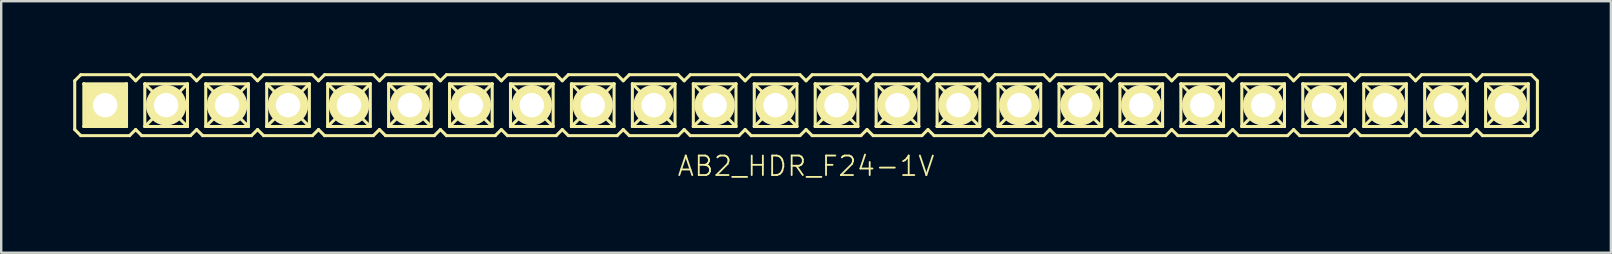
<source format=kicad_pcb>
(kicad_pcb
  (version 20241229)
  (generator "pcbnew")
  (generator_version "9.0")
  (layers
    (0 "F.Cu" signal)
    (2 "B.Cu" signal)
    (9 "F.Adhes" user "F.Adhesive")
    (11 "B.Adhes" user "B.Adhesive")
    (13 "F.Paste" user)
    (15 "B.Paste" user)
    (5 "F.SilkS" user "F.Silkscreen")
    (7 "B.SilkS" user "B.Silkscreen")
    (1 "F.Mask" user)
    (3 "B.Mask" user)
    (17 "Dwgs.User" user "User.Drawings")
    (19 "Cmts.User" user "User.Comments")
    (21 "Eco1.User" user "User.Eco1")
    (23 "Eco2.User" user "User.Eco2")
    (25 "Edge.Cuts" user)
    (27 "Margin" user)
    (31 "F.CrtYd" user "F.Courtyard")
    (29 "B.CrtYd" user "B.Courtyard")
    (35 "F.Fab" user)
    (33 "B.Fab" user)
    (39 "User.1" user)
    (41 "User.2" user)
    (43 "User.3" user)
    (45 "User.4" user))
  (footprint "AB2_HDR_F24-1V"
    (layer "F.Cu")
    (at 30.544 1.333)
    (property "Reference" "AB2_HDR_F24-1V" (at 0 2.54 0) (layer "F.SilkS") (effects (font (size 0.813 0.813) (thickness 0.076))))
    (attr through_hole)
    (fp_line (start -30.48 -1.016) (end -30.226 -1.27) (stroke (width 0.127) (type solid)) (layer "F.SilkS"))
    (fp_line (start -30.48 1.016) (end -30.48 -1.016) (stroke (width 0.127) (type solid)) (layer "F.SilkS"))
    (fp_line (start -30.226 -1.27) (end -28.194 -1.27) (stroke (width 0.127) (type solid)) (layer "F.SilkS"))
    (fp_line (start -30.226 1.27) (end -30.48 1.016) (stroke (width 0.127) (type solid)) (layer "F.SilkS"))
    (fp_line (start -30.099 -0.889) (end -28.321 -0.889) (stroke (width 0.127) (type solid)) (layer "F.SilkS"))
    (fp_line (start -30.099 0.889) (end -30.099 -0.889) (stroke (width 0.127) (type solid)) (layer "F.SilkS"))
    (fp_line (start -29.718 -0.508) (end -30.099 -0.889) (stroke (width 0.127) (type solid)) (layer "F.SilkS"))
    (fp_line (start -29.718 -0.508) (end -28.702 -0.508) (stroke (width 0.127) (type solid)) (layer "F.SilkS"))
    (fp_line (start -29.718 0.508) (end -30.099 0.889) (stroke (width 0.127) (type solid)) (layer "F.SilkS"))
    (fp_line (start -29.718 0.508) (end -29.718 -0.508) (stroke (width 0.127) (type solid)) (layer "F.SilkS"))
    (fp_line (start -28.702 -0.508) (end -28.702 0.508) (stroke (width 0.127) (type solid)) (layer "F.SilkS"))
    (fp_line (start -28.702 -0.508) (end -28.321 -0.889) (stroke (width 0.127) (type solid)) (layer "F.SilkS"))
    (fp_line (start -28.702 0.508) (end -29.718 0.508) (stroke (width 0.127) (type solid)) (layer "F.SilkS"))
    (fp_line (start -28.702 0.508) (end -28.321 0.889) (stroke (width 0.127) (type solid)) (layer "F.SilkS"))
    (fp_line (start -28.321 -0.889) (end -28.321 0.889) (stroke (width 0.127) (type solid)) (layer "F.SilkS"))
    (fp_line (start -28.321 0.889) (end -30.099 0.889) (stroke (width 0.127) (type solid)) (layer "F.SilkS"))
    (fp_line (start -28.194 -1.27) (end -27.94 -1.016) (stroke (width 0.127) (type solid)) (layer "F.SilkS"))
    (fp_line (start -28.194 1.27) (end -30.226 1.27) (stroke (width 0.127) (type solid)) (layer "F.SilkS"))
    (fp_line (start -27.94 -1.016) (end -27.686 -1.27) (stroke (width 0.127) (type solid)) (layer "F.SilkS"))
    (fp_line (start -27.94 1.016) (end -28.194 1.27) (stroke (width 0.127) (type solid)) (layer "F.SilkS"))
    (fp_line (start -27.686 -1.27) (end -25.654 -1.27) (stroke (width 0.127) (type solid)) (layer "F.SilkS"))
    (fp_line (start -27.686 1.27) (end -27.94 1.016) (stroke (width 0.127) (type solid)) (layer "F.SilkS"))
    (fp_line (start -27.559 -0.889) (end -25.781 -0.889) (stroke (width 0.127) (type solid)) (layer "F.SilkS"))
    (fp_line (start -27.559 0.889) (end -27.559 -0.889) (stroke (width 0.127) (type solid)) (layer "F.SilkS"))
    (fp_line (start -27.178 -0.508) (end -27.559 -0.889) (stroke (width 0.127) (type solid)) (layer "F.SilkS"))
    (fp_line (start -27.178 -0.508) (end -26.162 -0.508) (stroke (width 0.127) (type solid)) (layer "F.SilkS"))
    (fp_line (start -27.178 0.508) (end -27.559 0.889) (stroke (width 0.127) (type solid)) (layer "F.SilkS"))
    (fp_line (start -27.178 0.508) (end -27.178 -0.508) (stroke (width 0.127) (type solid)) (layer "F.SilkS"))
    (fp_line (start -26.162 -0.508) (end -26.162 0.508) (stroke (width 0.127) (type solid)) (layer "F.SilkS"))
    (fp_line (start -26.162 -0.508) (end -25.781 -0.889) (stroke (width 0.127) (type solid)) (layer "F.SilkS"))
    (fp_line (start -26.162 0.508) (end -27.178 0.508) (stroke (width 0.127) (type solid)) (layer "F.SilkS"))
    (fp_line (start -26.162 0.508) (end -25.781 0.889) (stroke (width 0.127) (type solid)) (layer "F.SilkS"))
    (fp_line (start -25.781 -0.889) (end -25.781 0.889) (stroke (width 0.127) (type solid)) (layer "F.SilkS"))
    (fp_line (start -25.781 0.889) (end -27.559 0.889) (stroke (width 0.127) (type solid)) (layer "F.SilkS"))
    (fp_line (start -25.654 -1.27) (end -25.4 -1.016) (stroke (width 0.127) (type solid)) (layer "F.SilkS"))
    (fp_line (start -25.654 1.27) (end -27.686 1.27) (stroke (width 0.127) (type solid)) (layer "F.SilkS"))
    (fp_line (start -25.4 -1.016) (end -25.146 -1.27) (stroke (width 0.127) (type solid)) (layer "F.SilkS"))
    (fp_line (start -25.4 1.016) (end -25.654 1.27) (stroke (width 0.127) (type solid)) (layer "F.SilkS"))
    (fp_line (start -25.146 -1.27) (end -23.114 -1.27) (stroke (width 0.127) (type solid)) (layer "F.SilkS"))
    (fp_line (start -25.146 1.27) (end -25.4 1.016) (stroke (width 0.127) (type solid)) (layer "F.SilkS"))
    (fp_line (start -25.019 -0.889) (end -23.241 -0.889) (stroke (width 0.127) (type solid)) (layer "F.SilkS"))
    (fp_line (start -25.019 0.889) (end -25.019 -0.889) (stroke (width 0.127) (type solid)) (layer "F.SilkS"))
    (fp_line (start -24.638 -0.508) (end -25.019 -0.889) (stroke (width 0.127) (type solid)) (layer "F.SilkS"))
    (fp_line (start -24.638 -0.508) (end -23.622 -0.508) (stroke (width 0.127) (type solid)) (layer "F.SilkS"))
    (fp_line (start -24.638 0.508) (end -25.019 0.889) (stroke (width 0.127) (type solid)) (layer "F.SilkS"))
    (fp_line (start -24.638 0.508) (end -24.638 -0.508) (stroke (width 0.127) (type solid)) (layer "F.SilkS"))
    (fp_line (start -23.622 -0.508) (end -23.622 0.508) (stroke (width 0.127) (type solid)) (layer "F.SilkS"))
    (fp_line (start -23.622 -0.508) (end -23.241 -0.889) (stroke (width 0.127) (type solid)) (layer "F.SilkS"))
    (fp_line (start -23.622 0.508) (end -24.638 0.508) (stroke (width 0.127) (type solid)) (layer "F.SilkS"))
    (fp_line (start -23.622 0.508) (end -23.241 0.889) (stroke (width 0.127) (type solid)) (layer "F.SilkS"))
    (fp_line (start -23.241 -0.889) (end -23.241 0.889) (stroke (width 0.127) (type solid)) (layer "F.SilkS"))
    (fp_line (start -23.241 0.889) (end -25.019 0.889) (stroke (width 0.127) (type solid)) (layer "F.SilkS"))
    (fp_line (start -23.114 -1.27) (end -22.86 -1.016) (stroke (width 0.127) (type solid)) (layer "F.SilkS"))
    (fp_line (start -23.114 1.27) (end -25.146 1.27) (stroke (width 0.127) (type solid)) (layer "F.SilkS"))
    (fp_line (start -22.86 -1.016) (end -22.606 -1.27) (stroke (width 0.127) (type solid)) (layer "F.SilkS"))
    (fp_line (start -22.86 1.016) (end -23.114 1.27) (stroke (width 0.127) (type solid)) (layer "F.SilkS"))
    (fp_line (start -22.606 -1.27) (end -20.574 -1.27) (stroke (width 0.127) (type solid)) (layer "F.SilkS"))
    (fp_line (start -22.606 1.27) (end -22.86 1.016) (stroke (width 0.127) (type solid)) (layer "F.SilkS"))
    (fp_line (start -22.479 -0.889) (end -20.701 -0.889) (stroke (width 0.127) (type solid)) (layer "F.SilkS"))
    (fp_line (start -22.479 0.889) (end -22.479 -0.889) (stroke (width 0.127) (type solid)) (layer "F.SilkS"))
    (fp_line (start -22.098 -0.508) (end -22.479 -0.889) (stroke (width 0.127) (type solid)) (layer "F.SilkS"))
    (fp_line (start -22.098 -0.508) (end -21.082 -0.508) (stroke (width 0.127) (type solid)) (layer "F.SilkS"))
    (fp_line (start -22.098 0.508) (end -22.479 0.889) (stroke (width 0.127) (type solid)) (layer "F.SilkS"))
    (fp_line (start -22.098 0.508) (end -22.098 -0.508) (stroke (width 0.127) (type solid)) (layer "F.SilkS"))
    (fp_line (start -21.082 -0.508) (end -21.082 0.508) (stroke (width 0.127) (type solid)) (layer "F.SilkS"))
    (fp_line (start -21.082 -0.508) (end -20.701 -0.889) (stroke (width 0.127) (type solid)) (layer "F.SilkS"))
    (fp_line (start -21.082 0.508) (end -22.098 0.508) (stroke (width 0.127) (type solid)) (layer "F.SilkS"))
    (fp_line (start -21.082 0.508) (end -20.701 0.889) (stroke (width 0.127) (type solid)) (layer "F.SilkS"))
    (fp_line (start -20.701 -0.889) (end -20.701 0.889) (stroke (width 0.127) (type solid)) (layer "F.SilkS"))
    (fp_line (start -20.701 0.889) (end -22.479 0.889) (stroke (width 0.127) (type solid)) (layer "F.SilkS"))
    (fp_line (start -20.574 -1.27) (end -20.32 -1.016) (stroke (width 0.127) (type solid)) (layer "F.SilkS"))
    (fp_line (start -20.574 1.27) (end -22.606 1.27) (stroke (width 0.127) (type solid)) (layer "F.SilkS"))
    (fp_line (start -20.32 -1.016) (end -20.066 -1.27) (stroke (width 0.127) (type solid)) (layer "F.SilkS"))
    (fp_line (start -20.32 1.016) (end -20.574 1.27) (stroke (width 0.127) (type solid)) (layer "F.SilkS"))
    (fp_line (start -20.066 -1.27) (end -18.034 -1.27) (stroke (width 0.127) (type solid)) (layer "F.SilkS"))
    (fp_line (start -20.066 1.27) (end -20.32 1.016) (stroke (width 0.127) (type solid)) (layer "F.SilkS"))
    (fp_line (start -19.939 -0.889) (end -18.161 -0.889) (stroke (width 0.127) (type solid)) (layer "F.SilkS"))
    (fp_line (start -19.939 0.889) (end -19.939 -0.889) (stroke (width 0.127) (type solid)) (layer "F.SilkS"))
    (fp_line (start -19.558 -0.508) (end -19.939 -0.889) (stroke (width 0.127) (type solid)) (layer "F.SilkS"))
    (fp_line (start -19.558 -0.508) (end -18.542 -0.508) (stroke (width 0.127) (type solid)) (layer "F.SilkS"))
    (fp_line (start -19.558 0.508) (end -19.939 0.889) (stroke (width 0.127) (type solid)) (layer "F.SilkS"))
    (fp_line (start -19.558 0.508) (end -19.558 -0.508) (stroke (width 0.127) (type solid)) (layer "F.SilkS"))
    (fp_line (start -18.542 -0.508) (end -18.542 0.508) (stroke (width 0.127) (type solid)) (layer "F.SilkS"))
    (fp_line (start -18.542 -0.508) (end -18.161 -0.889) (stroke (width 0.127) (type solid)) (layer "F.SilkS"))
    (fp_line (start -18.542 0.508) (end -19.558 0.508) (stroke (width 0.127) (type solid)) (layer "F.SilkS"))
    (fp_line (start -18.542 0.508) (end -18.161 0.889) (stroke (width 0.127) (type solid)) (layer "F.SilkS"))
    (fp_line (start -18.161 -0.889) (end -18.161 0.889) (stroke (width 0.127) (type solid)) (layer "F.SilkS"))
    (fp_line (start -18.161 0.889) (end -19.939 0.889) (stroke (width 0.127) (type solid)) (layer "F.SilkS"))
    (fp_line (start -18.034 -1.27) (end -17.78 -1.016) (stroke (width 0.127) (type solid)) (layer "F.SilkS"))
    (fp_line (start -18.034 1.27) (end -20.066 1.27) (stroke (width 0.127) (type solid)) (layer "F.SilkS"))
    (fp_line (start -17.78 -1.016) (end -17.526 -1.27) (stroke (width 0.127) (type solid)) (layer "F.SilkS"))
    (fp_line (start -17.78 1.016) (end -18.034 1.27) (stroke (width 0.127) (type solid)) (layer "F.SilkS"))
    (fp_line (start -17.526 -1.27) (end -15.494 -1.27) (stroke (width 0.127) (type solid)) (layer "F.SilkS"))
    (fp_line (start -17.526 1.27) (end -17.78 1.016) (stroke (width 0.127) (type solid)) (layer "F.SilkS"))
    (fp_line (start -17.399 -0.889) (end -15.621 -0.889) (stroke (width 0.127) (type solid)) (layer "F.SilkS"))
    (fp_line (start -17.399 0.889) (end -17.399 -0.889) (stroke (width 0.127) (type solid)) (layer "F.SilkS"))
    (fp_line (start -17.018 -0.508) (end -17.399 -0.889) (stroke (width 0.127) (type solid)) (layer "F.SilkS"))
    (fp_line (start -17.018 -0.508) (end -16.002 -0.508) (stroke (width 0.127) (type solid)) (layer "F.SilkS"))
    (fp_line (start -17.018 0.508) (end -17.399 0.889) (stroke (width 0.127) (type solid)) (layer "F.SilkS"))
    (fp_line (start -17.018 0.508) (end -17.018 -0.508) (stroke (width 0.127) (type solid)) (layer "F.SilkS"))
    (fp_line (start -16.002 -0.508) (end -16.002 0.508) (stroke (width 0.127) (type solid)) (layer "F.SilkS"))
    (fp_line (start -16.002 -0.508) (end -15.621 -0.889) (stroke (width 0.127) (type solid)) (layer "F.SilkS"))
    (fp_line (start -16.002 0.508) (end -17.018 0.508) (stroke (width 0.127) (type solid)) (layer "F.SilkS"))
    (fp_line (start -16.002 0.508) (end -15.621 0.889) (stroke (width 0.127) (type solid)) (layer "F.SilkS"))
    (fp_line (start -15.621 -0.889) (end -15.621 0.889) (stroke (width 0.127) (type solid)) (layer "F.SilkS"))
    (fp_line (start -15.621 0.889) (end -17.399 0.889) (stroke (width 0.127) (type solid)) (layer "F.SilkS"))
    (fp_line (start -15.494 -1.27) (end -15.24 -1.016) (stroke (width 0.127) (type solid)) (layer "F.SilkS"))
    (fp_line (start -15.494 1.27) (end -17.526 1.27) (stroke (width 0.127) (type solid)) (layer "F.SilkS"))
    (fp_line (start -15.24 -1.016) (end -14.986 -1.27) (stroke (width 0.127) (type solid)) (layer "F.SilkS"))
    (fp_line (start -15.24 1.016) (end -15.494 1.27) (stroke (width 0.127) (type solid)) (layer "F.SilkS"))
    (fp_line (start -14.986 -1.27) (end -12.954 -1.27) (stroke (width 0.127) (type solid)) (layer "F.SilkS"))
    (fp_line (start -14.986 1.27) (end -15.24 1.016) (stroke (width 0.127) (type solid)) (layer "F.SilkS"))
    (fp_line (start -14.859 -0.889) (end -13.081 -0.889) (stroke (width 0.127) (type solid)) (layer "F.SilkS"))
    (fp_line (start -14.859 0.889) (end -14.859 -0.889) (stroke (width 0.127) (type solid)) (layer "F.SilkS"))
    (fp_line (start -14.478 -0.508) (end -14.859 -0.889) (stroke (width 0.127) (type solid)) (layer "F.SilkS"))
    (fp_line (start -14.478 -0.508) (end -13.462 -0.508) (stroke (width 0.127) (type solid)) (layer "F.SilkS"))
    (fp_line (start -14.478 0.508) (end -14.859 0.889) (stroke (width 0.127) (type solid)) (layer "F.SilkS"))
    (fp_line (start -14.478 0.508) (end -14.478 -0.508) (stroke (width 0.127) (type solid)) (layer "F.SilkS"))
    (fp_line (start -13.462 -0.508) (end -13.462 0.508) (stroke (width 0.127) (type solid)) (layer "F.SilkS"))
    (fp_line (start -13.462 -0.508) (end -13.081 -0.889) (stroke (width 0.127) (type solid)) (layer "F.SilkS"))
    (fp_line (start -13.462 0.508) (end -14.478 0.508) (stroke (width 0.127) (type solid)) (layer "F.SilkS"))
    (fp_line (start -13.462 0.508) (end -13.081 0.889) (stroke (width 0.127) (type solid)) (layer "F.SilkS"))
    (fp_line (start -13.081 -0.889) (end -13.081 0.889) (stroke (width 0.127) (type solid)) (layer "F.SilkS"))
    (fp_line (start -13.081 0.889) (end -14.859 0.889) (stroke (width 0.127) (type solid)) (layer "F.SilkS"))
    (fp_line (start -12.954 -1.27) (end -12.7 -1.016) (stroke (width 0.127) (type solid)) (layer "F.SilkS"))
    (fp_line (start -12.954 1.27) (end -14.986 1.27) (stroke (width 0.127) (type solid)) (layer "F.SilkS"))
    (fp_line (start -12.7 -1.016) (end -12.446 -1.27) (stroke (width 0.127) (type solid)) (layer "F.SilkS"))
    (fp_line (start -12.7 1.016) (end -12.954 1.27) (stroke (width 0.127) (type solid)) (layer "F.SilkS"))
    (fp_line (start -12.446 -1.27) (end -10.414 -1.27) (stroke (width 0.127) (type solid)) (layer "F.SilkS"))
    (fp_line (start -12.446 1.27) (end -12.7 1.016) (stroke (width 0.127) (type solid)) (layer "F.SilkS"))
    (fp_line (start -12.319 -0.889) (end -10.541 -0.889) (stroke (width 0.127) (type solid)) (layer "F.SilkS"))
    (fp_line (start -12.319 0.889) (end -12.319 -0.889) (stroke (width 0.127) (type solid)) (layer "F.SilkS"))
    (fp_line (start -11.938 -0.508) (end -12.319 -0.889) (stroke (width 0.127) (type solid)) (layer "F.SilkS"))
    (fp_line (start -11.938 -0.508) (end -10.922 -0.508) (stroke (width 0.127) (type solid)) (layer "F.SilkS"))
    (fp_line (start -11.938 0.508) (end -12.319 0.889) (stroke (width 0.127) (type solid)) (layer "F.SilkS"))
    (fp_line (start -11.938 0.508) (end -11.938 -0.508) (stroke (width 0.127) (type solid)) (layer "F.SilkS"))
    (fp_line (start -10.922 -0.508) (end -10.922 0.508) (stroke (width 0.127) (type solid)) (layer "F.SilkS"))
    (fp_line (start -10.922 -0.508) (end -10.541 -0.889) (stroke (width 0.127) (type solid)) (layer "F.SilkS"))
    (fp_line (start -10.922 0.508) (end -11.938 0.508) (stroke (width 0.127) (type solid)) (layer "F.SilkS"))
    (fp_line (start -10.922 0.508) (end -10.541 0.889) (stroke (width 0.127) (type solid)) (layer "F.SilkS"))
    (fp_line (start -10.541 -0.889) (end -10.541 0.889) (stroke (width 0.127) (type solid)) (layer "F.SilkS"))
    (fp_line (start -10.541 0.889) (end -12.319 0.889) (stroke (width 0.127) (type solid)) (layer "F.SilkS"))
    (fp_line (start -10.414 -1.27) (end -10.16 -1.016) (stroke (width 0.127) (type solid)) (layer "F.SilkS"))
    (fp_line (start -10.414 1.27) (end -12.446 1.27) (stroke (width 0.127) (type solid)) (layer "F.SilkS"))
    (fp_line (start -10.16 -1.016) (end -9.906 -1.27) (stroke (width 0.127) (type solid)) (layer "F.SilkS"))
    (fp_line (start -10.16 1.016) (end -10.414 1.27) (stroke (width 0.127) (type solid)) (layer "F.SilkS"))
    (fp_line (start -9.906 -1.27) (end -7.874 -1.27) (stroke (width 0.127) (type solid)) (layer "F.SilkS"))
    (fp_line (start -9.906 1.27) (end -10.16 1.016) (stroke (width 0.127) (type solid)) (layer "F.SilkS"))
    (fp_line (start -9.779 -0.889) (end -8.001 -0.889) (stroke (width 0.127) (type solid)) (layer "F.SilkS"))
    (fp_line (start -9.779 0.889) (end -9.779 -0.889) (stroke (width 0.127) (type solid)) (layer "F.SilkS"))
    (fp_line (start -9.398 -0.508) (end -9.779 -0.889) (stroke (width 0.127) (type solid)) (layer "F.SilkS"))
    (fp_line (start -9.398 -0.508) (end -8.382 -0.508) (stroke (width 0.127) (type solid)) (layer "F.SilkS"))
    (fp_line (start -9.398 0.508) (end -9.779 0.889) (stroke (width 0.127) (type solid)) (layer "F.SilkS"))
    (fp_line (start -9.398 0.508) (end -9.398 -0.508) (stroke (width 0.127) (type solid)) (layer "F.SilkS"))
    (fp_line (start -8.382 -0.508) (end -8.382 0.508) (stroke (width 0.127) (type solid)) (layer "F.SilkS"))
    (fp_line (start -8.382 -0.508) (end -8.001 -0.889) (stroke (width 0.127) (type solid)) (layer "F.SilkS"))
    (fp_line (start -8.382 0.508) (end -9.398 0.508) (stroke (width 0.127) (type solid)) (layer "F.SilkS"))
    (fp_line (start -8.382 0.508) (end -8.001 0.889) (stroke (width 0.127) (type solid)) (layer "F.SilkS"))
    (fp_line (start -8.001 -0.889) (end -8.001 0.889) (stroke (width 0.127) (type solid)) (layer "F.SilkS"))
    (fp_line (start -8.001 0.889) (end -9.779 0.889) (stroke (width 0.127) (type solid)) (layer "F.SilkS"))
    (fp_line (start -7.874 -1.27) (end -7.62 -1.016) (stroke (width 0.127) (type solid)) (layer "F.SilkS"))
    (fp_line (start -7.874 1.27) (end -9.906 1.27) (stroke (width 0.127) (type solid)) (layer "F.SilkS"))
    (fp_line (start -7.62 -1.016) (end -7.366 -1.27) (stroke (width 0.127) (type solid)) (layer "F.SilkS"))
    (fp_line (start -7.62 1.016) (end -7.874 1.27) (stroke (width 0.127) (type solid)) (layer "F.SilkS"))
    (fp_line (start -7.366 -1.27) (end -5.334 -1.27) (stroke (width 0.127) (type solid)) (layer "F.SilkS"))
    (fp_line (start -7.366 1.27) (end -7.62 1.016) (stroke (width 0.127) (type solid)) (layer "F.SilkS"))
    (fp_line (start -7.239 -0.889) (end -5.461 -0.889) (stroke (width 0.127) (type solid)) (layer "F.SilkS"))
    (fp_line (start -7.239 0.889) (end -7.239 -0.889) (stroke (width 0.127) (type solid)) (layer "F.SilkS"))
    (fp_line (start -6.858 -0.508) (end -7.239 -0.889) (stroke (width 0.127) (type solid)) (layer "F.SilkS"))
    (fp_line (start -6.858 -0.508) (end -5.842 -0.508) (stroke (width 0.127) (type solid)) (layer "F.SilkS"))
    (fp_line (start -6.858 0.508) (end -7.239 0.889) (stroke (width 0.127) (type solid)) (layer "F.SilkS"))
    (fp_line (start -6.858 0.508) (end -6.858 -0.508) (stroke (width 0.127) (type solid)) (layer "F.SilkS"))
    (fp_line (start -5.842 -0.508) (end -5.842 0.508) (stroke (width 0.127) (type solid)) (layer "F.SilkS"))
    (fp_line (start -5.842 -0.508) (end -5.461 -0.889) (stroke (width 0.127) (type solid)) (layer "F.SilkS"))
    (fp_line (start -5.842 0.508) (end -6.858 0.508) (stroke (width 0.127) (type solid)) (layer "F.SilkS"))
    (fp_line (start -5.842 0.508) (end -5.461 0.889) (stroke (width 0.127) (type solid)) (layer "F.SilkS"))
    (fp_line (start -5.461 -0.889) (end -5.461 0.889) (stroke (width 0.127) (type solid)) (layer "F.SilkS"))
    (fp_line (start -5.461 0.889) (end -7.239 0.889) (stroke (width 0.127) (type solid)) (layer "F.SilkS"))
    (fp_line (start -5.334 -1.27) (end -5.08 -1.016) (stroke (width 0.127) (type solid)) (layer "F.SilkS"))
    (fp_line (start -5.334 1.27) (end -7.366 1.27) (stroke (width 0.127) (type solid)) (layer "F.SilkS"))
    (fp_line (start -5.08 -1.016) (end -4.826 -1.27) (stroke (width 0.127) (type solid)) (layer "F.SilkS"))
    (fp_line (start -5.08 1.016) (end -5.334 1.27) (stroke (width 0.127) (type solid)) (layer "F.SilkS"))
    (fp_line (start -4.826 -1.27) (end -2.794 -1.27) (stroke (width 0.127) (type solid)) (layer "F.SilkS"))
    (fp_line (start -4.826 1.27) (end -5.08 1.016) (stroke (width 0.127) (type solid)) (layer "F.SilkS"))
    (fp_line (start -4.699 -0.889) (end -2.921 -0.889) (stroke (width 0.127) (type solid)) (layer "F.SilkS"))
    (fp_line (start -4.699 0.889) (end -4.699 -0.889) (stroke (width 0.127) (type solid)) (layer "F.SilkS"))
    (fp_line (start -4.318 -0.508) (end -4.699 -0.889) (stroke (width 0.127) (type solid)) (layer "F.SilkS"))
    (fp_line (start -4.318 -0.508) (end -3.302 -0.508) (stroke (width 0.127) (type solid)) (layer "F.SilkS"))
    (fp_line (start -4.318 0.508) (end -4.699 0.889) (stroke (width 0.127) (type solid)) (layer "F.SilkS"))
    (fp_line (start -4.318 0.508) (end -4.318 -0.508) (stroke (width 0.127) (type solid)) (layer "F.SilkS"))
    (fp_line (start -3.302 -0.508) (end -3.302 0.508) (stroke (width 0.127) (type solid)) (layer "F.SilkS"))
    (fp_line (start -3.302 -0.508) (end -2.921 -0.889) (stroke (width 0.127) (type solid)) (layer "F.SilkS"))
    (fp_line (start -3.302 0.508) (end -4.318 0.508) (stroke (width 0.127) (type solid)) (layer "F.SilkS"))
    (fp_line (start -3.302 0.508) (end -2.921 0.889) (stroke (width 0.127) (type solid)) (layer "F.SilkS"))
    (fp_line (start -2.921 -0.889) (end -2.921 0.889) (stroke (width 0.127) (type solid)) (layer "F.SilkS"))
    (fp_line (start -2.921 0.889) (end -4.699 0.889) (stroke (width 0.127) (type solid)) (layer "F.SilkS"))
    (fp_line (start -2.794 -1.27) (end -2.54 -1.016) (stroke (width 0.127) (type solid)) (layer "F.SilkS"))
    (fp_line (start -2.794 1.27) (end -4.826 1.27) (stroke (width 0.127) (type solid)) (layer "F.SilkS"))
    (fp_line (start -2.54 -1.016) (end -2.286 -1.27) (stroke (width 0.127) (type solid)) (layer "F.SilkS"))
    (fp_line (start -2.54 1.016) (end -2.794 1.27) (stroke (width 0.127) (type solid)) (layer "F.SilkS"))
    (fp_line (start -2.286 -1.27) (end -0.254 -1.27) (stroke (width 0.127) (type solid)) (layer "F.SilkS"))
    (fp_line (start -2.286 1.27) (end -2.54 1.016) (stroke (width 0.127) (type solid)) (layer "F.SilkS"))
    (fp_line (start -2.159 -0.889) (end -0.381 -0.889) (stroke (width 0.127) (type solid)) (layer "F.SilkS"))
    (fp_line (start -2.159 0.889) (end -2.159 -0.889) (stroke (width 0.127) (type solid)) (layer "F.SilkS"))
    (fp_line (start -1.778 -0.508) (end -2.159 -0.889) (stroke (width 0.127) (type solid)) (layer "F.SilkS"))
    (fp_line (start -1.778 -0.508) (end -0.762 -0.508) (stroke (width 0.127) (type solid)) (layer "F.SilkS"))
    (fp_line (start -1.778 0.508) (end -2.159 0.889) (stroke (width 0.127) (type solid)) (layer "F.SilkS"))
    (fp_line (start -1.778 0.508) (end -1.778 -0.508) (stroke (width 0.127) (type solid)) (layer "F.SilkS"))
    (fp_line (start -0.762 -0.508) (end -0.762 0.508) (stroke (width 0.127) (type solid)) (layer "F.SilkS"))
    (fp_line (start -0.762 -0.508) (end -0.381 -0.889) (stroke (width 0.127) (type solid)) (layer "F.SilkS"))
    (fp_line (start -0.762 0.508) (end -1.778 0.508) (stroke (width 0.127) (type solid)) (layer "F.SilkS"))
    (fp_line (start -0.762 0.508) (end -0.381 0.889) (stroke (width 0.127) (type solid)) (layer "F.SilkS"))
    (fp_line (start -0.381 -0.889) (end -0.381 0.889) (stroke (width 0.127) (type solid)) (layer "F.SilkS"))
    (fp_line (start -0.381 0.889) (end -2.159 0.889) (stroke (width 0.127) (type solid)) (layer "F.SilkS"))
    (fp_line (start -0.254 -1.27) (end 0 -1.016) (stroke (width 0.127) (type solid)) (layer "F.SilkS"))
    (fp_line (start -0.254 1.27) (end -2.286 1.27) (stroke (width 0.127) (type solid)) (layer "F.SilkS"))
    (fp_line (start 0 -1.016) (end 0.254 -1.27) (stroke (width 0.127) (type solid)) (layer "F.SilkS"))
    (fp_line (start 0 1.016) (end -0.254 1.27) (stroke (width 0.127) (type solid)) (layer "F.SilkS"))
    (fp_line (start 0.254 -1.27) (end 2.286 -1.27) (stroke (width 0.127) (type solid)) (layer "F.SilkS"))
    (fp_line (start 0.254 1.27) (end 0 1.016) (stroke (width 0.127) (type solid)) (layer "F.SilkS"))
    (fp_line (start 0.381 -0.889) (end 2.159 -0.889) (stroke (width 0.127) (type solid)) (layer "F.SilkS"))
    (fp_line (start 0.381 0.889) (end 0.381 -0.889) (stroke (width 0.127) (type solid)) (layer "F.SilkS"))
    (fp_line (start 0.762 -0.508) (end 0.381 -0.889) (stroke (width 0.127) (type solid)) (layer "F.SilkS"))
    (fp_line (start 0.762 -0.508) (end 1.778 -0.508) (stroke (width 0.127) (type solid)) (layer "F.SilkS"))
    (fp_line (start 0.762 0.508) (end 0.381 0.889) (stroke (width 0.127) (type solid)) (layer "F.SilkS"))
    (fp_line (start 0.762 0.508) (end 0.762 -0.508) (stroke (width 0.127) (type solid)) (layer "F.SilkS"))
    (fp_line (start 1.778 -0.508) (end 1.778 0.508) (stroke (width 0.127) (type solid)) (layer "F.SilkS"))
    (fp_line (start 1.778 -0.508) (end 2.159 -0.889) (stroke (width 0.127) (type solid)) (layer "F.SilkS"))
    (fp_line (start 1.778 0.508) (end 0.762 0.508) (stroke (width 0.127) (type solid)) (layer "F.SilkS"))
    (fp_line (start 1.778 0.508) (end 2.159 0.889) (stroke (width 0.127) (type solid)) (layer "F.SilkS"))
    (fp_line (start 2.159 -0.889) (end 2.159 0.889) (stroke (width 0.127) (type solid)) (layer "F.SilkS"))
    (fp_line (start 2.159 0.889) (end 0.381 0.889) (stroke (width 0.127) (type solid)) (layer "F.SilkS"))
    (fp_line (start 2.286 -1.27) (end 2.54 -1.016) (stroke (width 0.127) (type solid)) (layer "F.SilkS"))
    (fp_line (start 2.286 1.27) (end 0.254 1.27) (stroke (width 0.127) (type solid)) (layer "F.SilkS"))
    (fp_line (start 2.54 -1.016) (end 2.794 -1.27) (stroke (width 0.127) (type solid)) (layer "F.SilkS"))
    (fp_line (start 2.54 1.016) (end 2.286 1.27) (stroke (width 0.127) (type solid)) (layer "F.SilkS"))
    (fp_line (start 2.794 -1.27) (end 4.826 -1.27) (stroke (width 0.127) (type solid)) (layer "F.SilkS"))
    (fp_line (start 2.794 1.27) (end 2.54 1.016) (stroke (width 0.127) (type solid)) (layer "F.SilkS"))
    (fp_line (start 2.921 -0.889) (end 4.699 -0.889) (stroke (width 0.127) (type solid)) (layer "F.SilkS"))
    (fp_line (start 2.921 0.889) (end 2.921 -0.889) (stroke (width 0.127) (type solid)) (layer "F.SilkS"))
    (fp_line (start 3.302 -0.508) (end 2.921 -0.889) (stroke (width 0.127) (type solid)) (layer "F.SilkS"))
    (fp_line (start 3.302 -0.508) (end 4.318 -0.508) (stroke (width 0.127) (type solid)) (layer "F.SilkS"))
    (fp_line (start 3.302 0.508) (end 2.921 0.889) (stroke (width 0.127) (type solid)) (layer "F.SilkS"))
    (fp_line (start 3.302 0.508) (end 3.302 -0.508) (stroke (width 0.127) (type solid)) (layer "F.SilkS"))
    (fp_line (start 4.318 -0.508) (end 4.318 0.508) (stroke (width 0.127) (type solid)) (layer "F.SilkS"))
    (fp_line (start 4.318 -0.508) (end 4.699 -0.889) (stroke (width 0.127) (type solid)) (layer "F.SilkS"))
    (fp_line (start 4.318 0.508) (end 3.302 0.508) (stroke (width 0.127) (type solid)) (layer "F.SilkS"))
    (fp_line (start 4.318 0.508) (end 4.699 0.889) (stroke (width 0.127) (type solid)) (layer "F.SilkS"))
    (fp_line (start 4.699 -0.889) (end 4.699 0.889) (stroke (width 0.127) (type solid)) (layer "F.SilkS"))
    (fp_line (start 4.699 0.889) (end 2.921 0.889) (stroke (width 0.127) (type solid)) (layer "F.SilkS"))
    (fp_line (start 4.826 -1.27) (end 5.08 -1.016) (stroke (width 0.127) (type solid)) (layer "F.SilkS"))
    (fp_line (start 4.826 1.27) (end 2.794 1.27) (stroke (width 0.127) (type solid)) (layer "F.SilkS"))
    (fp_line (start 5.08 -1.016) (end 5.334 -1.27) (stroke (width 0.127) (type solid)) (layer "F.SilkS"))
    (fp_line (start 5.08 1.016) (end 4.826 1.27) (stroke (width 0.127) (type solid)) (layer "F.SilkS"))
    (fp_line (start 5.334 -1.27) (end 7.366 -1.27) (stroke (width 0.127) (type solid)) (layer "F.SilkS"))
    (fp_line (start 5.334 1.27) (end 5.08 1.016) (stroke (width 0.127) (type solid)) (layer "F.SilkS"))
    (fp_line (start 5.461 -0.889) (end 7.239 -0.889) (stroke (width 0.127) (type solid)) (layer "F.SilkS"))
    (fp_line (start 5.461 0.889) (end 5.461 -0.889) (stroke (width 0.127) (type solid)) (layer "F.SilkS"))
    (fp_line (start 5.842 -0.508) (end 5.461 -0.889) (stroke (width 0.127) (type solid)) (layer "F.SilkS"))
    (fp_line (start 5.842 -0.508) (end 6.858 -0.508) (stroke (width 0.127) (type solid)) (layer "F.SilkS"))
    (fp_line (start 5.842 0.508) (end 5.461 0.889) (stroke (width 0.127) (type solid)) (layer "F.SilkS"))
    (fp_line (start 5.842 0.508) (end 5.842 -0.508) (stroke (width 0.127) (type solid)) (layer "F.SilkS"))
    (fp_line (start 6.858 -0.508) (end 6.858 0.508) (stroke (width 0.127) (type solid)) (layer "F.SilkS"))
    (fp_line (start 6.858 -0.508) (end 7.239 -0.889) (stroke (width 0.127) (type solid)) (layer "F.SilkS"))
    (fp_line (start 6.858 0.508) (end 5.842 0.508) (stroke (width 0.127) (type solid)) (layer "F.SilkS"))
    (fp_line (start 6.858 0.508) (end 7.239 0.889) (stroke (width 0.127) (type solid)) (layer "F.SilkS"))
    (fp_line (start 7.239 -0.889) (end 7.239 0.889) (stroke (width 0.127) (type solid)) (layer "F.SilkS"))
    (fp_line (start 7.239 0.889) (end 5.461 0.889) (stroke (width 0.127) (type solid)) (layer "F.SilkS"))
    (fp_line (start 7.366 -1.27) (end 7.62 -1.016) (stroke (width 0.127) (type solid)) (layer "F.SilkS"))
    (fp_line (start 7.366 1.27) (end 5.334 1.27) (stroke (width 0.127) (type solid)) (layer "F.SilkS"))
    (fp_line (start 7.62 -1.016) (end 7.874 -1.27) (stroke (width 0.127) (type solid)) (layer "F.SilkS"))
    (fp_line (start 7.62 1.016) (end 7.366 1.27) (stroke (width 0.127) (type solid)) (layer "F.SilkS"))
    (fp_line (start 7.874 -1.27) (end 9.906 -1.27) (stroke (width 0.127) (type solid)) (layer "F.SilkS"))
    (fp_line (start 7.874 1.27) (end 7.62 1.016) (stroke (width 0.127) (type solid)) (layer "F.SilkS"))
    (fp_line (start 8.001 -0.889) (end 9.779 -0.889) (stroke (width 0.127) (type solid)) (layer "F.SilkS"))
    (fp_line (start 8.001 0.889) (end 8.001 -0.889) (stroke (width 0.127) (type solid)) (layer "F.SilkS"))
    (fp_line (start 8.382 -0.508) (end 8.001 -0.889) (stroke (width 0.127) (type solid)) (layer "F.SilkS"))
    (fp_line (start 8.382 -0.508) (end 9.398 -0.508) (stroke (width 0.127) (type solid)) (layer "F.SilkS"))
    (fp_line (start 8.382 0.508) (end 8.001 0.889) (stroke (width 0.127) (type solid)) (layer "F.SilkS"))
    (fp_line (start 8.382 0.508) (end 8.382 -0.508) (stroke (width 0.127) (type solid)) (layer "F.SilkS"))
    (fp_line (start 9.398 -0.508) (end 9.398 0.508) (stroke (width 0.127) (type solid)) (layer "F.SilkS"))
    (fp_line (start 9.398 -0.508) (end 9.779 -0.889) (stroke (width 0.127) (type solid)) (layer "F.SilkS"))
    (fp_line (start 9.398 0.508) (end 8.382 0.508) (stroke (width 0.127) (type solid)) (layer "F.SilkS"))
    (fp_line (start 9.398 0.508) (end 9.779 0.889) (stroke (width 0.127) (type solid)) (layer "F.SilkS"))
    (fp_line (start 9.779 -0.889) (end 9.779 0.889) (stroke (width 0.127) (type solid)) (layer "F.SilkS"))
    (fp_line (start 9.779 0.889) (end 8.001 0.889) (stroke (width 0.127) (type solid)) (layer "F.SilkS"))
    (fp_line (start 9.906 -1.27) (end 10.16 -1.016) (stroke (width 0.127) (type solid)) (layer "F.SilkS"))
    (fp_line (start 9.906 1.27) (end 7.874 1.27) (stroke (width 0.127) (type solid)) (layer "F.SilkS"))
    (fp_line (start 10.16 -1.016) (end 10.414 -1.27) (stroke (width 0.127) (type solid)) (layer "F.SilkS"))
    (fp_line (start 10.16 1.016) (end 9.906 1.27) (stroke (width 0.127) (type solid)) (layer "F.SilkS"))
    (fp_line (start 10.414 -1.27) (end 12.446 -1.27) (stroke (width 0.127) (type solid)) (layer "F.SilkS"))
    (fp_line (start 10.414 1.27) (end 10.16 1.016) (stroke (width 0.127) (type solid)) (layer "F.SilkS"))
    (fp_line (start 10.541 -0.889) (end 12.319 -0.889) (stroke (width 0.127) (type solid)) (layer "F.SilkS"))
    (fp_line (start 10.541 0.889) (end 10.541 -0.889) (stroke (width 0.127) (type solid)) (layer "F.SilkS"))
    (fp_line (start 10.922 -0.508) (end 10.541 -0.889) (stroke (width 0.127) (type solid)) (layer "F.SilkS"))
    (fp_line (start 10.922 -0.508) (end 11.938 -0.508) (stroke (width 0.127) (type solid)) (layer "F.SilkS"))
    (fp_line (start 10.922 0.508) (end 10.541 0.889) (stroke (width 0.127) (type solid)) (layer "F.SilkS"))
    (fp_line (start 10.922 0.508) (end 10.922 -0.508) (stroke (width 0.127) (type solid)) (layer "F.SilkS"))
    (fp_line (start 11.938 -0.508) (end 11.938 0.508) (stroke (width 0.127) (type solid)) (layer "F.SilkS"))
    (fp_line (start 11.938 -0.508) (end 12.319 -0.889) (stroke (width 0.127) (type solid)) (layer "F.SilkS"))
    (fp_line (start 11.938 0.508) (end 10.922 0.508) (stroke (width 0.127) (type solid)) (layer "F.SilkS"))
    (fp_line (start 11.938 0.508) (end 12.319 0.889) (stroke (width 0.127) (type solid)) (layer "F.SilkS"))
    (fp_line (start 12.319 -0.889) (end 12.319 0.889) (stroke (width 0.127) (type solid)) (layer "F.SilkS"))
    (fp_line (start 12.319 0.889) (end 10.541 0.889) (stroke (width 0.127) (type solid)) (layer "F.SilkS"))
    (fp_line (start 12.446 -1.27) (end 12.7 -1.016) (stroke (width 0.127) (type solid)) (layer "F.SilkS"))
    (fp_line (start 12.446 1.27) (end 10.414 1.27) (stroke (width 0.127) (type solid)) (layer "F.SilkS"))
    (fp_line (start 12.7 -1.016) (end 12.954 -1.27) (stroke (width 0.127) (type solid)) (layer "F.SilkS"))
    (fp_line (start 12.7 1.016) (end 12.446 1.27) (stroke (width 0.127) (type solid)) (layer "F.SilkS"))
    (fp_line (start 12.954 -1.27) (end 14.986 -1.27) (stroke (width 0.127) (type solid)) (layer "F.SilkS"))
    (fp_line (start 12.954 1.27) (end 12.7 1.016) (stroke (width 0.127) (type solid)) (layer "F.SilkS"))
    (fp_line (start 13.081 -0.889) (end 14.859 -0.889) (stroke (width 0.127) (type solid)) (layer "F.SilkS"))
    (fp_line (start 13.081 0.889) (end 13.081 -0.889) (stroke (width 0.127) (type solid)) (layer "F.SilkS"))
    (fp_line (start 13.462 -0.508) (end 13.081 -0.889) (stroke (width 0.127) (type solid)) (layer "F.SilkS"))
    (fp_line (start 13.462 -0.508) (end 14.478 -0.508) (stroke (width 0.127) (type solid)) (layer "F.SilkS"))
    (fp_line (start 13.462 0.508) (end 13.081 0.889) (stroke (width 0.127) (type solid)) (layer "F.SilkS"))
    (fp_line (start 13.462 0.508) (end 13.462 -0.508) (stroke (width 0.127) (type solid)) (layer "F.SilkS"))
    (fp_line (start 14.478 -0.508) (end 14.478 0.508) (stroke (width 0.127) (type solid)) (layer "F.SilkS"))
    (fp_line (start 14.478 -0.508) (end 14.859 -0.889) (stroke (width 0.127) (type solid)) (layer "F.SilkS"))
    (fp_line (start 14.478 0.508) (end 13.462 0.508) (stroke (width 0.127) (type solid)) (layer "F.SilkS"))
    (fp_line (start 14.478 0.508) (end 14.859 0.889) (stroke (width 0.127) (type solid)) (layer "F.SilkS"))
    (fp_line (start 14.859 -0.889) (end 14.859 0.889) (stroke (width 0.127) (type solid)) (layer "F.SilkS"))
    (fp_line (start 14.859 0.889) (end 13.081 0.889) (stroke (width 0.127) (type solid)) (layer "F.SilkS"))
    (fp_line (start 14.986 -1.27) (end 15.24 -1.016) (stroke (width 0.127) (type solid)) (layer "F.SilkS"))
    (fp_line (start 14.986 1.27) (end 12.954 1.27) (stroke (width 0.127) (type solid)) (layer "F.SilkS"))
    (fp_line (start 15.24 -1.016) (end 15.494 -1.27) (stroke (width 0.127) (type solid)) (layer "F.SilkS"))
    (fp_line (start 15.24 1.016) (end 14.986 1.27) (stroke (width 0.127) (type solid)) (layer "F.SilkS"))
    (fp_line (start 15.494 -1.27) (end 17.526 -1.27) (stroke (width 0.127) (type solid)) (layer "F.SilkS"))
    (fp_line (start 15.494 1.27) (end 15.24 1.016) (stroke (width 0.127) (type solid)) (layer "F.SilkS"))
    (fp_line (start 15.621 -0.889) (end 17.399 -0.889) (stroke (width 0.127) (type solid)) (layer "F.SilkS"))
    (fp_line (start 15.621 0.889) (end 15.621 -0.889) (stroke (width 0.127) (type solid)) (layer "F.SilkS"))
    (fp_line (start 16.002 -0.508) (end 15.621 -0.889) (stroke (width 0.127) (type solid)) (layer "F.SilkS"))
    (fp_line (start 16.002 -0.508) (end 17.018 -0.508) (stroke (width 0.127) (type solid)) (layer "F.SilkS"))
    (fp_line (start 16.002 0.508) (end 15.621 0.889) (stroke (width 0.127) (type solid)) (layer "F.SilkS"))
    (fp_line (start 16.002 0.508) (end 16.002 -0.508) (stroke (width 0.127) (type solid)) (layer "F.SilkS"))
    (fp_line (start 17.018 -0.508) (end 17.018 0.508) (stroke (width 0.127) (type solid)) (layer "F.SilkS"))
    (fp_line (start 17.018 -0.508) (end 17.399 -0.889) (stroke (width 0.127) (type solid)) (layer "F.SilkS"))
    (fp_line (start 17.018 0.508) (end 16.002 0.508) (stroke (width 0.127) (type solid)) (layer "F.SilkS"))
    (fp_line (start 17.018 0.508) (end 17.399 0.889) (stroke (width 0.127) (type solid)) (layer "F.SilkS"))
    (fp_line (start 17.399 -0.889) (end 17.399 0.889) (stroke (width 0.127) (type solid)) (layer "F.SilkS"))
    (fp_line (start 17.399 0.889) (end 15.621 0.889) (stroke (width 0.127) (type solid)) (layer "F.SilkS"))
    (fp_line (start 17.526 -1.27) (end 17.78 -1.016) (stroke (width 0.127) (type solid)) (layer "F.SilkS"))
    (fp_line (start 17.526 1.27) (end 15.494 1.27) (stroke (width 0.127) (type solid)) (layer "F.SilkS"))
    (fp_line (start 17.78 -1.016) (end 18.034 -1.27) (stroke (width 0.127) (type solid)) (layer "F.SilkS"))
    (fp_line (start 17.78 1.016) (end 17.526 1.27) (stroke (width 0.127) (type solid)) (layer "F.SilkS"))
    (fp_line (start 18.034 -1.27) (end 20.066 -1.27) (stroke (width 0.127) (type solid)) (layer "F.SilkS"))
    (fp_line (start 18.034 1.27) (end 17.78 1.016) (stroke (width 0.127) (type solid)) (layer "F.SilkS"))
    (fp_line (start 18.161 -0.889) (end 19.939 -0.889) (stroke (width 0.127) (type solid)) (layer "F.SilkS"))
    (fp_line (start 18.161 0.889) (end 18.161 -0.889) (stroke (width 0.127) (type solid)) (layer "F.SilkS"))
    (fp_line (start 18.542 -0.508) (end 18.161 -0.889) (stroke (width 0.127) (type solid)) (layer "F.SilkS"))
    (fp_line (start 18.542 -0.508) (end 19.558 -0.508) (stroke (width 0.127) (type solid)) (layer "F.SilkS"))
    (fp_line (start 18.542 0.508) (end 18.161 0.889) (stroke (width 0.127) (type solid)) (layer "F.SilkS"))
    (fp_line (start 18.542 0.508) (end 18.542 -0.508) (stroke (width 0.127) (type solid)) (layer "F.SilkS"))
    (fp_line (start 19.558 -0.508) (end 19.558 0.508) (stroke (width 0.127) (type solid)) (layer "F.SilkS"))
    (fp_line (start 19.558 -0.508) (end 19.939 -0.889) (stroke (width 0.127) (type solid)) (layer "F.SilkS"))
    (fp_line (start 19.558 0.508) (end 18.542 0.508) (stroke (width 0.127) (type solid)) (layer "F.SilkS"))
    (fp_line (start 19.558 0.508) (end 19.939 0.889) (stroke (width 0.127) (type solid)) (layer "F.SilkS"))
    (fp_line (start 19.939 -0.889) (end 19.939 0.889) (stroke (width 0.127) (type solid)) (layer "F.SilkS"))
    (fp_line (start 19.939 0.889) (end 18.161 0.889) (stroke (width 0.127) (type solid)) (layer "F.SilkS"))
    (fp_line (start 20.066 -1.27) (end 20.32 -1.016) (stroke (width 0.127) (type solid)) (layer "F.SilkS"))
    (fp_line (start 20.066 1.27) (end 18.034 1.27) (stroke (width 0.127) (type solid)) (layer "F.SilkS"))
    (fp_line (start 20.32 -1.016) (end 20.574 -1.27) (stroke (width 0.127) (type solid)) (layer "F.SilkS"))
    (fp_line (start 20.32 1.016) (end 20.066 1.27) (stroke (width 0.127) (type solid)) (layer "F.SilkS"))
    (fp_line (start 20.574 -1.27) (end 22.606 -1.27) (stroke (width 0.127) (type solid)) (layer "F.SilkS"))
    (fp_line (start 20.574 1.27) (end 20.32 1.016) (stroke (width 0.127) (type solid)) (layer "F.SilkS"))
    (fp_line (start 20.701 -0.889) (end 22.479 -0.889) (stroke (width 0.127) (type solid)) (layer "F.SilkS"))
    (fp_line (start 20.701 0.889) (end 20.701 -0.889) (stroke (width 0.127) (type solid)) (layer "F.SilkS"))
    (fp_line (start 21.082 -0.508) (end 20.701 -0.889) (stroke (width 0.127) (type solid)) (layer "F.SilkS"))
    (fp_line (start 21.082 -0.508) (end 22.098 -0.508) (stroke (width 0.127) (type solid)) (layer "F.SilkS"))
    (fp_line (start 21.082 0.508) (end 20.701 0.889) (stroke (width 0.127) (type solid)) (layer "F.SilkS"))
    (fp_line (start 21.082 0.508) (end 21.082 -0.508) (stroke (width 0.127) (type solid)) (layer "F.SilkS"))
    (fp_line (start 22.098 -0.508) (end 22.098 0.508) (stroke (width 0.127) (type solid)) (layer "F.SilkS"))
    (fp_line (start 22.098 -0.508) (end 22.479 -0.889) (stroke (width 0.127) (type solid)) (layer "F.SilkS"))
    (fp_line (start 22.098 0.508) (end 21.082 0.508) (stroke (width 0.127) (type solid)) (layer "F.SilkS"))
    (fp_line (start 22.098 0.508) (end 22.479 0.889) (stroke (width 0.127) (type solid)) (layer "F.SilkS"))
    (fp_line (start 22.479 -0.889) (end 22.479 0.889) (stroke (width 0.127) (type solid)) (layer "F.SilkS"))
    (fp_line (start 22.479 0.889) (end 20.701 0.889) (stroke (width 0.127) (type solid)) (layer "F.SilkS"))
    (fp_line (start 22.606 -1.27) (end 22.86 -1.016) (stroke (width 0.127) (type solid)) (layer "F.SilkS"))
    (fp_line (start 22.606 1.27) (end 20.574 1.27) (stroke (width 0.127) (type solid)) (layer "F.SilkS"))
    (fp_line (start 22.86 -1.016) (end 23.114 -1.27) (stroke (width 0.127) (type solid)) (layer "F.SilkS"))
    (fp_line (start 22.86 1.016) (end 22.606 1.27) (stroke (width 0.127) (type solid)) (layer "F.SilkS"))
    (fp_line (start 23.114 -1.27) (end 25.146 -1.27) (stroke (width 0.127) (type solid)) (layer "F.SilkS"))
    (fp_line (start 23.114 1.27) (end 22.86 1.016) (stroke (width 0.127) (type solid)) (layer "F.SilkS"))
    (fp_line (start 23.241 -0.889) (end 25.019 -0.889) (stroke (width 0.127) (type solid)) (layer "F.SilkS"))
    (fp_line (start 23.241 0.889) (end 23.241 -0.889) (stroke (width 0.127) (type solid)) (layer "F.SilkS"))
    (fp_line (start 23.622 -0.508) (end 23.241 -0.889) (stroke (width 0.127) (type solid)) (layer "F.SilkS"))
    (fp_line (start 23.622 -0.508) (end 24.638 -0.508) (stroke (width 0.127) (type solid)) (layer "F.SilkS"))
    (fp_line (start 23.622 0.508) (end 23.241 0.889) (stroke (width 0.127) (type solid)) (layer "F.SilkS"))
    (fp_line (start 23.622 0.508) (end 23.622 -0.508) (stroke (width 0.127) (type solid)) (layer "F.SilkS"))
    (fp_line (start 24.638 -0.508) (end 24.638 0.508) (stroke (width 0.127) (type solid)) (layer "F.SilkS"))
    (fp_line (start 24.638 -0.508) (end 25.019 -0.889) (stroke (width 0.127) (type solid)) (layer "F.SilkS"))
    (fp_line (start 24.638 0.508) (end 23.622 0.508) (stroke (width 0.127) (type solid)) (layer "F.SilkS"))
    (fp_line (start 24.638 0.508) (end 25.019 0.889) (stroke (width 0.127) (type solid)) (layer "F.SilkS"))
    (fp_line (start 25.019 -0.889) (end 25.019 0.889) (stroke (width 0.127) (type solid)) (layer "F.SilkS"))
    (fp_line (start 25.019 0.889) (end 23.241 0.889) (stroke (width 0.127) (type solid)) (layer "F.SilkS"))
    (fp_line (start 25.146 -1.27) (end 25.4 -1.016) (stroke (width 0.127) (type solid)) (layer "F.SilkS"))
    (fp_line (start 25.146 1.27) (end 23.114 1.27) (stroke (width 0.127) (type solid)) (layer "F.SilkS"))
    (fp_line (start 25.4 -1.016) (end 25.654 -1.27) (stroke (width 0.127) (type solid)) (layer "F.SilkS"))
    (fp_line (start 25.4 1.016) (end 25.146 1.27) (stroke (width 0.127) (type solid)) (layer "F.SilkS"))
    (fp_line (start 25.654 -1.27) (end 27.686 -1.27) (stroke (width 0.127) (type solid)) (layer "F.SilkS"))
    (fp_line (start 25.654 1.27) (end 25.4 1.016) (stroke (width 0.127) (type solid)) (layer "F.SilkS"))
    (fp_line (start 25.781 -0.889) (end 27.559 -0.889) (stroke (width 0.127) (type solid)) (layer "F.SilkS"))
    (fp_line (start 25.781 0.889) (end 25.781 -0.889) (stroke (width 0.127) (type solid)) (layer "F.SilkS"))
    (fp_line (start 26.162 -0.508) (end 25.781 -0.889) (stroke (width 0.127) (type solid)) (layer "F.SilkS"))
    (fp_line (start 26.162 -0.508) (end 27.178 -0.508) (stroke (width 0.127) (type solid)) (layer "F.SilkS"))
    (fp_line (start 26.162 0.508) (end 25.781 0.889) (stroke (width 0.127) (type solid)) (layer "F.SilkS"))
    (fp_line (start 26.162 0.508) (end 26.162 -0.508) (stroke (width 0.127) (type solid)) (layer "F.SilkS"))
    (fp_line (start 27.178 -0.508) (end 27.178 0.508) (stroke (width 0.127) (type solid)) (layer "F.SilkS"))
    (fp_line (start 27.178 -0.508) (end 27.559 -0.889) (stroke (width 0.127) (type solid)) (layer "F.SilkS"))
    (fp_line (start 27.178 0.508) (end 26.162 0.508) (stroke (width 0.127) (type solid)) (layer "F.SilkS"))
    (fp_line (start 27.178 0.508) (end 27.559 0.889) (stroke (width 0.127) (type solid)) (layer "F.SilkS"))
    (fp_line (start 27.559 -0.889) (end 27.559 0.889) (stroke (width 0.127) (type solid)) (layer "F.SilkS"))
    (fp_line (start 27.559 0.889) (end 25.781 0.889) (stroke (width 0.127) (type solid)) (layer "F.SilkS"))
    (fp_line (start 27.686 -1.27) (end 27.94 -1.016) (stroke (width 0.127) (type solid)) (layer "F.SilkS"))
    (fp_line (start 27.686 1.27) (end 25.654 1.27) (stroke (width 0.127) (type solid)) (layer "F.SilkS"))
    (fp_line (start 27.94 -1.016) (end 28.194 -1.27) (stroke (width 0.127) (type solid)) (layer "F.SilkS"))
    (fp_line (start 27.94 1.016) (end 27.686 1.27) (stroke (width 0.127) (type solid)) (layer "F.SilkS"))
    (fp_line (start 28.194 -1.27) (end 30.226 -1.27) (stroke (width 0.127) (type solid)) (layer "F.SilkS"))
    (fp_line (start 28.194 1.27) (end 27.94 1.016) (stroke (width 0.127) (type solid)) (layer "F.SilkS"))
    (fp_line (start 28.321 -0.889) (end 30.099 -0.889) (stroke (width 0.127) (type solid)) (layer "F.SilkS"))
    (fp_line (start 28.321 0.889) (end 28.321 -0.889) (stroke (width 0.127) (type solid)) (layer "F.SilkS"))
    (fp_line (start 28.702 -0.508) (end 28.321 -0.889) (stroke (width 0.127) (type solid)) (layer "F.SilkS"))
    (fp_line (start 28.702 -0.508) (end 29.718 -0.508) (stroke (width 0.127) (type solid)) (layer "F.SilkS"))
    (fp_line (start 28.702 0.508) (end 28.321 0.889) (stroke (width 0.127) (type solid)) (layer "F.SilkS"))
    (fp_line (start 28.702 0.508) (end 28.702 -0.508) (stroke (width 0.127) (type solid)) (layer "F.SilkS"))
    (fp_line (start 29.718 -0.508) (end 29.718 0.508) (stroke (width 0.127) (type solid)) (layer "F.SilkS"))
    (fp_line (start 29.718 -0.508) (end 30.099 -0.889) (stroke (width 0.127) (type solid)) (layer "F.SilkS"))
    (fp_line (start 29.718 0.508) (end 28.702 0.508) (stroke (width 0.127) (type solid)) (layer "F.SilkS"))
    (fp_line (start 29.718 0.508) (end 30.099 0.889) (stroke (width 0.127) (type solid)) (layer "F.SilkS"))
    (fp_line (start 30.099 -0.889) (end 30.099 0.889) (stroke (width 0.127) (type solid)) (layer "F.SilkS"))
    (fp_line (start 30.099 0.889) (end 28.321 0.889) (stroke (width 0.127) (type solid)) (layer "F.SilkS"))
    (fp_line (start 30.226 -1.27) (end 30.48 -1.016) (stroke (width 0.127) (type solid)) (layer "F.SilkS"))
    (fp_line (start 30.226 1.27) (end 28.194 1.27) (stroke (width 0.127) (type solid)) (layer "F.SilkS"))
    (fp_line (start 30.48 1.016) (end 30.226 1.27) (stroke (width 0.127) (type solid)) (layer "F.SilkS"))
    (fp_line (start 30.48 1.016) (end 30.48 -1.016) (stroke (width 0.127) (type solid)) (layer "F.SilkS"))
    (pad "1" thru_hole rect (at -29.21 0) (size 1.676 1.676) (drill 1.016) (layers "*.Cu" "*.Mask" "F.SilkS"))
    (pad "2" thru_hole circle (at -26.67 0) (size 1.676 1.676) (drill 1.016) (layers "*.Cu" "*.Mask" "F.SilkS"))
    (pad "3" thru_hole circle (at -24.13 0) (size 1.676 1.676) (drill 1.016) (layers "*.Cu" "*.Mask" "F.SilkS"))
    (pad "4" thru_hole circle (at -21.59 0) (size 1.676 1.676) (drill 1.016) (layers "*.Cu" "*.Mask" "F.SilkS"))
    (pad "5" thru_hole circle (at -19.05 0) (size 1.676 1.676) (drill 1.016) (layers "*.Cu" "*.Mask" "F.SilkS"))
    (pad "6" thru_hole circle (at -16.51 0) (size 1.676 1.676) (drill 1.016) (layers "*.Cu" "*.Mask" "F.SilkS"))
    (pad "7" thru_hole circle (at -13.97 0) (size 1.676 1.676) (drill 1.016) (layers "*.Cu" "*.Mask" "F.SilkS"))
    (pad "8" thru_hole circle (at -11.43 0) (size 1.676 1.676) (drill 1.016) (layers "*.Cu" "*.Mask" "F.SilkS"))
    (pad "9" thru_hole circle (at -8.89 0) (size 1.676 1.676) (drill 1.016) (layers "*.Cu" "*.Mask" "F.SilkS"))
    (pad "10" thru_hole circle (at -6.35 0) (size 1.676 1.676) (drill 1.016) (layers "*.Cu" "*.Mask" "F.SilkS"))
    (pad "11" thru_hole circle (at -3.81 0) (size 1.676 1.676) (drill 1.016) (layers "*.Cu" "*.Mask" "F.SilkS"))
    (pad "12" thru_hole circle (at -1.27 0) (size 1.676 1.676) (drill 1.016) (layers "*.Cu" "*.Mask" "F.SilkS"))
    (pad "13" thru_hole circle (at 1.27 0) (size 1.676 1.676) (drill 1.016) (layers "*.Cu" "*.Mask" "F.SilkS"))
    (pad "14" thru_hole circle (at 3.81 0) (size 1.676 1.676) (drill 1.016) (layers "*.Cu" "*.Mask" "F.SilkS"))
    (pad "15" thru_hole circle (at 6.35 0) (size 1.676 1.676) (drill 1.016) (layers "*.Cu" "*.Mask" "F.SilkS"))
    (pad "16" thru_hole circle (at 8.89 0) (size 1.676 1.676) (drill 1.016) (layers "*.Cu" "*.Mask" "F.SilkS"))
    (pad "17" thru_hole circle (at 11.43 0) (size 1.676 1.676) (drill 1.016) (layers "*.Cu" "*.Mask" "F.SilkS"))
    (pad "18" thru_hole circle (at 13.97 0) (size 1.676 1.676) (drill 1.016) (layers "*.Cu" "*.Mask" "F.SilkS"))
    (pad "19" thru_hole circle (at 16.51 0) (size 1.676 1.676) (drill 1.016) (layers "*.Cu" "*.Mask" "F.SilkS"))
    (pad "20" thru_hole circle (at 19.05 0) (size 1.676 1.676) (drill 1.016) (layers "*.Cu" "*.Mask" "F.SilkS"))
    (pad "21" thru_hole circle (at 21.59 0) (size 1.676 1.676) (drill 1.016) (layers "*.Cu" "*.Mask" "F.SilkS"))
    (pad "22" thru_hole circle (at 24.13 0) (size 1.676 1.676) (drill 1.016) (layers "*.Cu" "*.Mask" "F.SilkS"))
    (pad "23" thru_hole circle (at 26.67 0) (size 1.676 1.676) (drill 1.016) (layers "*.Cu" "*.Mask" "F.SilkS"))
    (pad "24" thru_hole circle (at 29.21 0) (size 1.676 1.676) (drill 1.016) (layers "*.Cu" "*.Mask" "F.SilkS")))
  (gr_rect
    (start -3 -3)
    (end 64.087 7.483)
    (stroke (width 0.1) (type default))
    (fill no)
    (layer "Edge.Cuts")))
</source>
